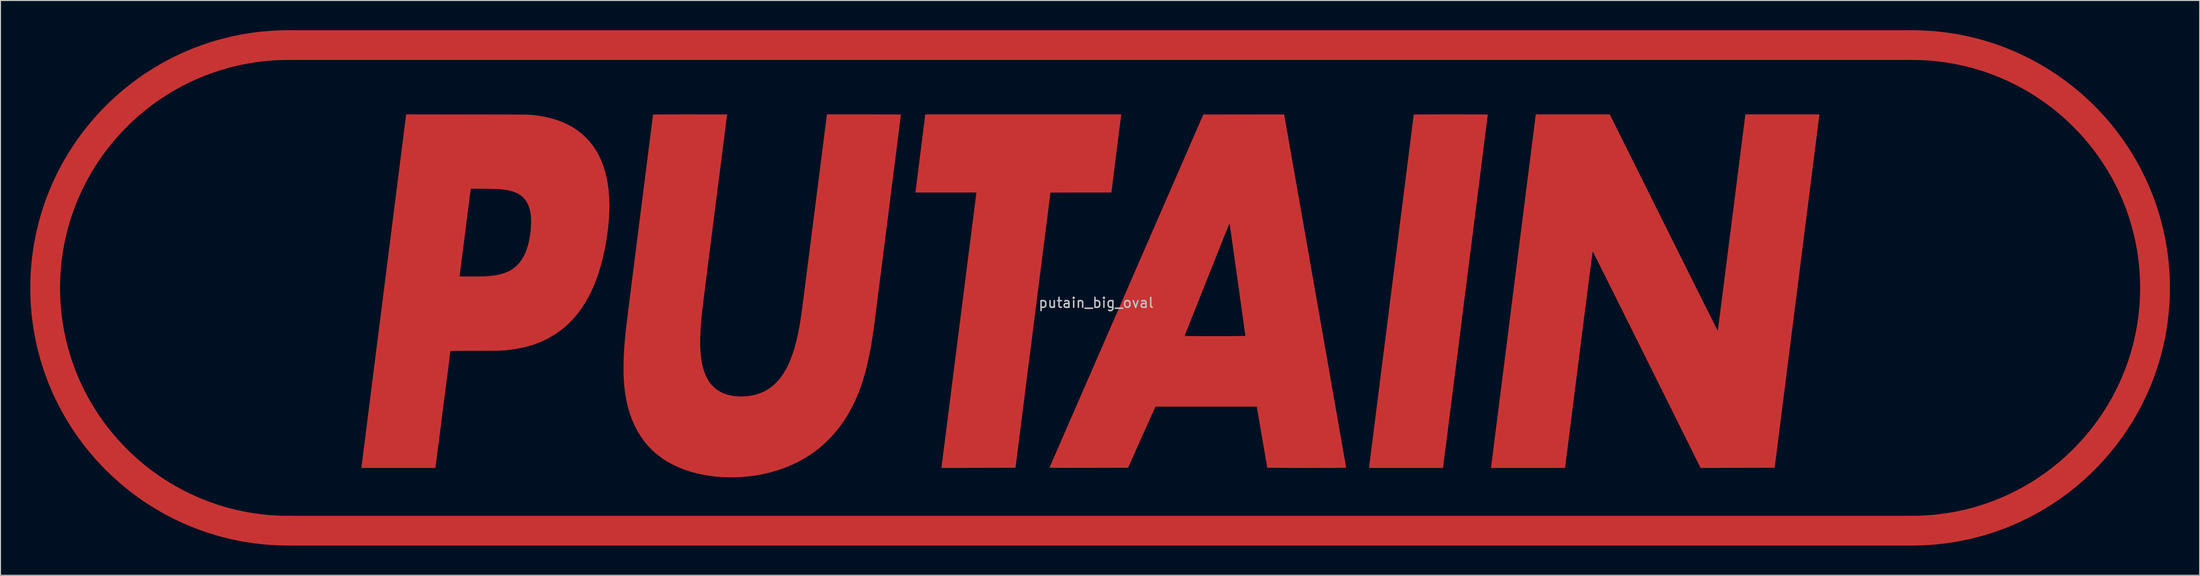
<source format=kicad_pcb>
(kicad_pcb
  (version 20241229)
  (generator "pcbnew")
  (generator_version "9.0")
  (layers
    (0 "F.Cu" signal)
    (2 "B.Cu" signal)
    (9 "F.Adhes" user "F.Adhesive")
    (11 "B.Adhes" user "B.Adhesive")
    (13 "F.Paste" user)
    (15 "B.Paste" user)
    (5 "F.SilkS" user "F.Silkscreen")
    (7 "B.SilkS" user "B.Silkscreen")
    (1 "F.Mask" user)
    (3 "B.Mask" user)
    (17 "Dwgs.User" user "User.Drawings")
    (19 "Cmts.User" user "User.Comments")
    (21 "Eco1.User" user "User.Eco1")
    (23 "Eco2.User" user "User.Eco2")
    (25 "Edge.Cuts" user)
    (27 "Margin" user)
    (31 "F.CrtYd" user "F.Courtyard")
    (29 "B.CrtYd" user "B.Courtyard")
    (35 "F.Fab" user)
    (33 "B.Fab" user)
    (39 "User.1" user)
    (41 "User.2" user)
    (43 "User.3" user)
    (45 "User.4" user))
  (footprint "putain_big_oval"
    (layer "F.Cu")
    (at 107.367 27)
    (property "Reference" "putain_big_oval" (at 0 0.5 0) (layer "Dwgs.User") (effects (font (size 1 1) (thickness 0.15))))
    (attr through_hole)
    (fp_line (start -81.367 -25.5) (end 82.167 -25.5) (stroke (width 3) (type solid)) (layer "F.Cu"))
    (fp_line (start -81.367 23.5) (end 82.167 23.5) (stroke (width 3) (type solid)) (layer "F.Cu"))
    (fp_arc (start -81.366667 23.5) (mid -105.866667 -1) (end -81.366667 -25.5) (stroke (width 3) (type solid)) (layer "F.Cu"))
    (fp_arc (start 82.166667 -25.5) (mid 106.666667 -1) (end 82.166667 23.5) (stroke (width 3) (type solid)) (layer "F.Cu"))
    (fp_poly (pts (xy 2.519 -18.447) (xy 2.516 -18.42) (xy 2.507 -18.353) (xy 2.494 -18.249) (xy 2.476 -18.109) (xy 2.454 -17.935) (xy 2.428 -17.73) (xy 2.398 -17.496) (xy 2.365 -17.235) (xy 2.329 -16.949) (xy 2.29 -16.64) (xy 2.249 -16.311) (xy 2.205 -15.963) (xy 2.16 -15.598) (xy 2.112 -15.22) (xy 2.063 -14.829) (xy 2.033 -14.589) (xy 1.983 -14.192) (xy 1.935 -13.805) (xy 1.888 -13.431) (xy 1.843 -13.072) (xy 1.8 -12.73) (xy 1.76 -12.407) (xy 1.722 -12.105) (xy 1.687 -11.828) (xy 1.655 -11.575) (xy 1.627 -11.351) (xy 1.602 -11.157) (xy 1.582 -10.995) (xy 1.565 -10.867) (xy 1.554 -10.775) (xy 1.547 -10.722) (xy 1.545 -10.71) (xy 1.532 -10.631) (xy -1.535 -10.631) (xy -1.892 -10.631) (xy -2.237 -10.631) (xy -2.568 -10.631) (xy -2.882 -10.63) (xy -3.178 -10.63) (xy -3.452 -10.63) (xy -3.703 -10.629) (xy -3.928 -10.629) (xy -4.125 -10.628) (xy -4.291 -10.628) (xy -4.424 -10.627) (xy -4.522 -10.627) (xy -4.583 -10.626) (xy -4.603 -10.626) (xy -4.606 -10.604) (xy -4.614 -10.542) (xy -4.627 -10.441) (xy -4.644 -10.3) (xy -4.667 -10.122) (xy -4.694 -9.907) (xy -4.726 -9.657) (xy -4.762 -9.373) (xy -4.802 -9.055) (xy -4.847 -8.705) (xy -4.895 -8.324) (xy -4.947 -7.913) (xy -5.003 -7.474) (xy -5.062 -7.006) (xy -5.125 -6.512) (xy -5.191 -5.992) (xy -5.26 -5.448) (xy -5.332 -4.88) (xy -5.407 -4.29) (xy -5.485 -3.679) (xy -5.565 -3.047) (xy -5.647 -2.397) (xy -5.732 -1.729) (xy -5.819 -1.044) (xy -5.908 -0.343) (xy -5.999 0.373) (xy -6.091 1.102) (xy -6.185 1.843) (xy -6.281 2.596) (xy -6.366 3.265) (xy -8.127 17.15) (xy -11.855 17.156) (xy -15.582 17.161) (xy -15.574 17.113) (xy -15.571 17.09) (xy -15.562 17.026) (xy -15.549 16.921) (xy -15.531 16.779) (xy -15.508 16.598) (xy -15.48 16.381) (xy -15.448 16.129) (xy -15.412 15.842) (xy -15.371 15.523) (xy -15.326 15.171) (xy -15.278 14.788) (xy -15.226 14.375) (xy -15.17 13.934) (xy -15.11 13.465) (xy -15.047 12.969) (xy -14.981 12.448) (xy -14.912 11.903) (xy -14.84 11.334) (xy -14.765 10.743) (xy -14.687 10.131) (xy -14.607 9.499) (xy -14.525 8.848) (xy -14.44 8.18) (xy -14.353 7.495) (xy -14.264 6.794) (xy -14.174 6.079) (xy -14.082 5.351) (xy -13.988 4.61) (xy -13.892 3.858) (xy -13.82 3.286) (xy -13.724 2.527) (xy -13.629 1.777) (xy -13.535 1.039) (xy -13.443 0.314) (xy -13.353 -0.398) (xy -13.265 -1.095) (xy -13.178 -1.777) (xy -13.094 -2.442) (xy -13.012 -3.088) (xy -12.933 -3.716) (xy -12.856 -4.324) (xy -12.781 -4.91) (xy -12.71 -5.474) (xy -12.641 -6.014) (xy -12.576 -6.53) (xy -12.514 -7.02) (xy -12.455 -7.483) (xy -12.399 -7.918) (xy -12.348 -8.324) (xy -12.3 -8.7) (xy -12.256 -9.045) (xy -12.217 -9.358) (xy -12.181 -9.637) (xy -12.15 -9.882) (xy -12.123 -10.09) (xy -12.101 -10.263) (xy -12.084 -10.397) (xy -12.072 -10.492) (xy -12.065 -10.548) (xy -12.063 -10.562) (xy -12.051 -10.631) (xy -18.197 -10.631) (xy -18.186 -10.71) (xy -18.183 -10.739) (xy -18.174 -10.808) (xy -18.16 -10.915) (xy -18.142 -11.057) (xy -18.12 -11.233) (xy -18.094 -11.44) (xy -18.065 -11.676) (xy -18.032 -11.939) (xy -17.995 -12.227) (xy -17.956 -12.538) (xy -17.915 -12.87) (xy -17.871 -13.221) (xy -17.824 -13.587) (xy -17.777 -13.968) (xy -17.727 -14.361) (xy -17.691 -14.647) (xy -17.207 -18.505) (xy -7.338 -18.505) (xy 2.53 -18.505) (xy 2.519 -18.447)) (stroke (width 0.01) (type solid)) (fill yes) (layer "F.Cu"))
    (fp_poly (pts (xy 36.188 -18.505) (xy 36.614 -18.505) (xy 37.003 -18.505) (xy 37.354 -18.504) (xy 37.67 -18.504) (xy 37.953 -18.504) (xy 38.204 -18.503) (xy 38.426 -18.502) (xy 38.621 -18.501) (xy 38.789 -18.5) (xy 38.933 -18.499) (xy 39.055 -18.497) (xy 39.156 -18.496) (xy 39.238 -18.494) (xy 39.304 -18.491) (xy 39.355 -18.489) (xy 39.392 -18.486) (xy 39.418 -18.482) (xy 39.434 -18.479) (xy 39.443 -18.475) (xy 39.446 -18.471) (xy 39.446 -18.47) (xy 39.443 -18.448) (xy 39.435 -18.384) (xy 39.422 -18.281) (xy 39.405 -18.139) (xy 39.382 -17.961) (xy 39.355 -17.746) (xy 39.324 -17.496) (xy 39.288 -17.212) (xy 39.248 -16.896) (xy 39.205 -16.548) (xy 39.157 -16.171) (xy 39.106 -15.764) (xy 39.051 -15.329) (xy 38.993 -14.868) (xy 38.931 -14.381) (xy 38.867 -13.87) (xy 38.8 -13.336) (xy 38.729 -12.78) (xy 38.657 -12.203) (xy 38.581 -11.607) (xy 38.504 -10.992) (xy 38.424 -10.36) (xy 38.342 -9.712) (xy 38.258 -9.049) (xy 38.173 -8.373) (xy 38.086 -7.684) (xy 37.997 -6.983) (xy 37.907 -6.273) (xy 37.817 -5.554) (xy 37.725 -4.826) (xy 37.632 -4.093) (xy 37.538 -3.353) (xy 37.445 -2.61) (xy 37.35 -1.864) (xy 37.256 -1.115) (xy 37.161 -0.366) (xy 37.066 0.382) (xy 36.972 1.129) (xy 36.878 1.873) (xy 36.784 2.613) (xy 36.691 3.348) (xy 36.599 4.076) (xy 36.508 4.797) (xy 36.418 5.509) (xy 36.329 6.211) (xy 36.241 6.902) (xy 36.156 7.581) (xy 36.071 8.246) (xy 35.989 8.897) (xy 35.909 9.532) (xy 35.831 10.149) (xy 35.755 10.749) (xy 35.681 11.329) (xy 35.61 11.888) (xy 35.542 12.426) (xy 35.477 12.941) (xy 35.415 13.432) (xy 35.356 13.898) (xy 35.3 14.337) (xy 35.248 14.748) (xy 35.199 15.131) (xy 35.155 15.483) (xy 35.114 15.805) (xy 35.077 16.094) (xy 35.044 16.35) (xy 35.016 16.57) (xy 34.993 16.755) (xy 34.974 16.903) (xy 34.96 17.013) (xy 34.951 17.083) (xy 34.947 17.113) (xy 34.947 17.113) (xy 34.936 17.161) (xy 27.488 17.161) (xy 27.498 17.103) (xy 27.501 17.078) (xy 27.51 17.013) (xy 27.523 16.907) (xy 27.541 16.764) (xy 27.564 16.583) (xy 27.592 16.367) (xy 27.624 16.115) (xy 27.66 15.83) (xy 27.701 15.512) (xy 27.745 15.163) (xy 27.793 14.784) (xy 27.845 14.376) (xy 27.9 13.94) (xy 27.958 13.477) (xy 28.02 12.989) (xy 28.085 12.477) (xy 28.153 11.942) (xy 28.223 11.385) (xy 28.297 10.807) (xy 28.372 10.21) (xy 28.45 9.595) (xy 28.53 8.962) (xy 28.612 8.313) (xy 28.696 7.65) (xy 28.782 6.973) (xy 28.869 6.283) (xy 28.958 5.582) (xy 29.048 4.872) (xy 29.139 4.152) (xy 29.231 3.425) (xy 29.323 2.691) (xy 29.417 1.951) (xy 29.511 1.208) (xy 29.605 0.462) (xy 29.7 -0.287) (xy 29.795 -1.036) (xy 29.889 -1.784) (xy 29.983 -2.53) (xy 30.077 -3.274) (xy 30.171 -4.014) (xy 30.264 -4.748) (xy 30.356 -5.476) (xy 30.447 -6.196) (xy 30.537 -6.907) (xy 30.625 -7.609) (xy 30.712 -8.299) (xy 30.798 -8.977) (xy 30.882 -9.641) (xy 30.964 -10.291) (xy 31.044 -10.924) (xy 31.122 -11.541) (xy 31.197 -12.139) (xy 31.271 -12.718) (xy 31.341 -13.276) (xy 31.409 -13.813) (xy 31.474 -14.326) (xy 31.535 -14.816) (xy 31.594 -15.28) (xy 31.649 -15.717) (xy 31.701 -16.127) (xy 31.749 -16.508) (xy 31.793 -16.859) (xy 31.833 -17.179) (xy 31.869 -17.466) (xy 31.901 -17.719) (xy 31.929 -17.938) (xy 31.952 -18.121) (xy 31.97 -18.267) (xy 31.983 -18.374) (xy 31.992 -18.442) (xy 31.995 -18.47) (xy 31.995 -18.47) (xy 31.997 -18.474) (xy 32.005 -18.478) (xy 32.02 -18.482) (xy 32.045 -18.485) (xy 32.08 -18.488) (xy 32.128 -18.491) (xy 32.192 -18.493) (xy 32.271 -18.495) (xy 32.369 -18.497) (xy 32.487 -18.499) (xy 32.627 -18.5) (xy 32.791 -18.501) (xy 32.981 -18.502) (xy 33.198 -18.503) (xy 33.444 -18.503) (xy 33.721 -18.504) (xy 34.032 -18.504) (xy 34.377 -18.505) (xy 34.758 -18.505) (xy 35.178 -18.505) (xy 35.639 -18.505) (xy 35.72 -18.505) (xy 36.188 -18.505)) (stroke (width 0.01) (type solid)) (fill yes) (layer "F.Cu"))
    (fp_poly (pts (xy 57.154 -7.613) (xy 57.473 -6.972) (xy 57.787 -6.34) (xy 58.096 -5.719) (xy 58.399 -5.109) (xy 58.696 -4.513) (xy 58.987 -3.93) (xy 59.27 -3.361) (xy 59.545 -2.809) (xy 59.812 -2.273) (xy 60.07 -1.755) (xy 60.319 -1.256) (xy 60.558 -0.777) (xy 60.786 -0.32) (xy 61.003 0.116) (xy 61.209 0.528) (xy 61.403 0.916) (xy 61.584 1.278) (xy 61.752 1.615) (xy 61.907 1.923) (xy 62.047 2.203) (xy 62.173 2.454) (xy 62.284 2.674) (xy 62.378 2.862) (xy 62.457 3.018) (xy 62.519 3.139) (xy 62.563 3.226) (xy 62.59 3.277) (xy 62.598 3.291) (xy 62.627 3.296) (xy 62.633 3.294) (xy 62.636 3.273) (xy 62.644 3.211) (xy 62.658 3.109) (xy 62.676 2.969) (xy 62.699 2.792) (xy 62.726 2.58) (xy 62.758 2.332) (xy 62.794 2.052) (xy 62.834 1.739) (xy 62.878 1.395) (xy 62.925 1.022) (xy 62.977 0.62) (xy 63.031 0.191) (xy 63.089 -0.263) (xy 63.151 -0.743) (xy 63.215 -1.246) (xy 63.282 -1.771) (xy 63.351 -2.317) (xy 63.423 -2.883) (xy 63.498 -3.468) (xy 63.574 -4.07) (xy 63.653 -4.688) (xy 63.733 -5.32) (xy 63.815 -5.967) (xy 63.899 -6.625) (xy 63.984 -7.295) (xy 64.024 -7.609) (xy 65.407 -18.505) (xy 69.127 -18.505) (xy 72.847 -18.505) (xy 72.846 -18.447) (xy 72.843 -18.423) (xy 72.835 -18.358) (xy 72.822 -18.253) (xy 72.804 -18.11) (xy 72.782 -17.928) (xy 72.754 -17.709) (xy 72.722 -17.453) (xy 72.686 -17.163) (xy 72.645 -16.838) (xy 72.6 -16.48) (xy 72.551 -16.09) (xy 72.498 -15.668) (xy 72.441 -15.216) (xy 72.38 -14.735) (xy 72.316 -14.225) (xy 72.248 -13.688) (xy 72.177 -13.124) (xy 72.102 -12.535) (xy 72.025 -11.922) (xy 71.944 -11.284) (xy 71.861 -10.625) (xy 71.775 -9.943) (xy 71.686 -9.241) (xy 71.595 -8.519) (xy 71.501 -7.779) (xy 71.406 -7.021) (xy 71.308 -6.246) (xy 71.208 -5.455) (xy 71.106 -4.65) (xy 71.002 -3.83) (xy 70.897 -2.998) (xy 70.79 -2.154) (xy 70.682 -1.299) (xy 70.596 -0.619) (xy 68.346 17.15) (xy 60.893 17.161) (xy 55.475 6.244) (xy 55.157 5.603) (xy 54.843 4.97) (xy 54.534 4.348) (xy 54.231 3.738) (xy 53.934 3.141) (xy 53.643 2.557) (xy 53.36 1.988) (xy 53.085 1.434) (xy 52.818 0.898) (xy 52.56 0.38) (xy 52.311 -0.12) (xy 52.073 -0.599) (xy 51.844 -1.058) (xy 51.627 -1.494) (xy 51.421 -1.907) (xy 51.227 -2.295) (xy 51.045 -2.658) (xy 50.877 -2.995) (xy 50.722 -3.305) (xy 50.581 -3.585) (xy 50.455 -3.837) (xy 50.344 -4.057) (xy 50.249 -4.246) (xy 50.17 -4.402) (xy 50.108 -4.525) (xy 50.063 -4.612) (xy 50.036 -4.663) (xy 50.027 -4.678) (xy 50.024 -4.672) (xy 50.019 -4.653) (xy 50.013 -4.618) (xy 50.005 -4.569) (xy 49.994 -4.503) (xy 49.982 -4.42) (xy 49.967 -4.318) (xy 49.951 -4.197) (xy 49.931 -4.056) (xy 49.909 -3.894) (xy 49.885 -3.71) (xy 49.857 -3.502) (xy 49.827 -3.271) (xy 49.793 -3.015) (xy 49.757 -2.733) (xy 49.717 -2.424) (xy 49.674 -2.088) (xy 49.627 -1.723) (xy 49.576 -1.328) (xy 49.522 -0.903) (xy 49.463 -0.446) (xy 49.401 0.043) (xy 49.334 0.566) (xy 49.263 1.123) (xy 49.188 1.715) (xy 49.108 2.344) (xy 49.024 3.009) (xy 48.935 3.713) (xy 48.841 4.456) (xy 48.742 5.239) (xy 48.637 6.063) (xy 48.624 6.17) (xy 48.539 6.843) (xy 48.455 7.507) (xy 48.372 8.159) (xy 48.291 8.798) (xy 48.212 9.422) (xy 48.135 10.032) (xy 48.06 10.625) (xy 47.987 11.2) (xy 47.917 11.757) (xy 47.849 12.292) (xy 47.784 12.807) (xy 47.721 13.298) (xy 47.662 13.766) (xy 47.606 14.208) (xy 47.553 14.623) (xy 47.504 15.011) (xy 47.459 15.37) (xy 47.417 15.699) (xy 47.379 15.996) (xy 47.346 16.26) (xy 47.317 16.49) (xy 47.292 16.685) (xy 47.272 16.843) (xy 47.256 16.964) (xy 47.246 17.046) (xy 47.241 17.087) (xy 47.24 17.092) (xy 47.229 17.161) (xy 39.78 17.161) (xy 39.792 17.071) (xy 39.796 17.046) (xy 39.804 16.98) (xy 39.817 16.873) (xy 39.836 16.728) (xy 39.859 16.544) (xy 39.887 16.324) (xy 39.92 16.067) (xy 39.957 15.775) (xy 39.998 15.449) (xy 40.043 15.09) (xy 40.093 14.698) (xy 40.146 14.275) (xy 40.204 13.822) (xy 40.265 13.34) (xy 40.329 12.829) (xy 40.398 12.291) (xy 40.469 11.726) (xy 40.544 11.137) (xy 40.621 10.522) (xy 40.702 9.884) (xy 40.786 9.224) (xy 40.872 8.542) (xy 40.961 7.84) (xy 41.052 7.118) (xy 41.146 6.378) (xy 41.241 5.62) (xy 41.339 4.845) (xy 41.439 4.055) (xy 41.541 3.25) (xy 41.645 2.431) (xy 41.75 1.6) (xy 41.856 0.757) (xy 41.964 -0.097) (xy 42.038 -0.682) (xy 42.147 -1.543) (xy 42.255 -2.394) (xy 42.361 -3.233) (xy 42.465 -4.06) (xy 42.568 -4.874) (xy 42.67 -5.675) (xy 42.769 -6.46) (xy 42.866 -7.229) (xy 42.961 -7.981) (xy 43.054 -8.716) (xy 43.145 -9.431) (xy 43.233 -10.126) (xy 43.318 -10.801) (xy 43.401 -11.454) (xy 43.48 -12.084) (xy 43.557 -12.69) (xy 43.631 -13.272) (xy 43.701 -13.828) (xy 43.768 -14.357) (xy 43.832 -14.858) (xy 43.891 -15.331) (xy 43.948 -15.774) (xy 44 -16.186) (xy 44.048 -16.567) (xy 44.092 -16.916) (xy 44.132 -17.23) (xy 44.168 -17.511) (xy 44.199 -17.755) (xy 44.225 -17.964) (xy 44.247 -18.135) (xy 44.264 -18.267) (xy 44.276 -18.36) (xy 44.282 -18.413) (xy 44.284 -18.425) (xy 44.297 -18.505) (xy 51.737 -18.505) (xy 57.154 -7.613)) (stroke (width 0.01) (type solid)) (fill yes) (layer "F.Cu"))
    (fp_poly (pts (xy 18.944 -18.447) (xy 18.949 -18.419) (xy 18.961 -18.351) (xy 18.98 -18.244) (xy 19.006 -18.099) (xy 19.038 -17.917) (xy 19.076 -17.699) (xy 19.12 -17.447) (xy 19.171 -17.161) (xy 19.226 -16.843) (xy 19.288 -16.494) (xy 19.354 -16.115) (xy 19.426 -15.708) (xy 19.502 -15.273) (xy 19.583 -14.812) (xy 19.669 -14.325) (xy 19.758 -13.815) (xy 19.852 -13.281) (xy 19.949 -12.726) (xy 20.05 -12.15) (xy 20.155 -11.555) (xy 20.262 -10.942) (xy 20.373 -10.312) (xy 20.486 -9.666) (xy 20.602 -9.005) (xy 20.72 -8.331) (xy 20.841 -7.644) (xy 20.963 -6.946) (xy 21.087 -6.238) (xy 21.213 -5.522) (xy 21.34 -4.797) (xy 21.468 -4.066) (xy 21.597 -3.33) (xy 21.727 -2.589) (xy 21.857 -1.846) (xy 21.988 -1.101) (xy 22.119 -0.355) (xy 22.249 0.391) (xy 22.38 1.135) (xy 22.51 1.876) (xy 22.639 2.613) (xy 22.767 3.345) (xy 22.894 4.071) (xy 23.02 4.789) (xy 23.145 5.499) (xy 23.267 6.199) (xy 23.388 6.887) (xy 23.506 7.564) (xy 23.623 8.227) (xy 23.736 8.876) (xy 23.847 9.509) (xy 23.955 10.126) (xy 24.06 10.724) (xy 24.161 11.303) (xy 24.259 11.862) (xy 24.353 12.4) (xy 24.443 12.915) (xy 24.529 13.406) (xy 24.611 13.872) (xy 24.688 14.311) (xy 24.76 14.724) (xy 24.827 15.108) (xy 24.889 15.462) (xy 24.946 15.786) (xy 24.997 16.077) (xy 25.042 16.336) (xy 25.081 16.56) (xy 25.114 16.749) (xy 25.14 16.901) (xy 25.16 17.015) (xy 25.173 17.09) (xy 25.179 17.125) (xy 25.179 17.128) (xy 25.177 17.132) (xy 25.167 17.135) (xy 25.15 17.139) (xy 25.123 17.142) (xy 25.083 17.145) (xy 25.031 17.147) (xy 24.963 17.149) (xy 24.878 17.151) (xy 24.774 17.153) (xy 24.649 17.155) (xy 24.503 17.156) (xy 24.332 17.157) (xy 24.135 17.158) (xy 23.911 17.159) (xy 23.658 17.16) (xy 23.374 17.16) (xy 23.056 17.16) (xy 22.705 17.161) (xy 22.317 17.161) (xy 21.89 17.161) (xy 21.424 17.161) (xy 21.211 17.161) (xy 20.804 17.161) (xy 20.409 17.161) (xy 20.027 17.16) (xy 19.662 17.16) (xy 19.313 17.159) (xy 18.985 17.158) (xy 18.678 17.157) (xy 18.395 17.156) (xy 18.139 17.155) (xy 17.91 17.154) (xy 17.711 17.153) (xy 17.545 17.151) (xy 17.413 17.15) (xy 17.317 17.148) (xy 17.259 17.147) (xy 17.242 17.145) (xy 17.238 17.122) (xy 17.228 17.061) (xy 17.212 16.963) (xy 17.19 16.832) (xy 17.162 16.671) (xy 17.13 16.482) (xy 17.094 16.268) (xy 17.054 16.033) (xy 17.01 15.778) (xy 16.964 15.507) (xy 16.915 15.223) (xy 16.865 14.928) (xy 16.813 14.625) (xy 16.76 14.318) (xy 16.707 14.008) (xy 16.654 13.699) (xy 16.602 13.393) (xy 16.551 13.094) (xy 16.501 12.804) (xy 16.453 12.526) (xy 16.408 12.263) (xy 16.366 12.018) (xy 16.327 11.793) (xy 16.292 11.592) (xy 16.262 11.417) (xy 16.237 11.27) (xy 16.217 11.156) (xy 16.203 11.076) (xy 16.195 11.034) (xy 16.194 11.028) (xy 16.183 10.98) (xy 5.967 10.98) (xy 4.589 14.065) (xy 3.211 17.15) (xy -0.749 17.156) (xy -1.23 17.156) (xy -1.671 17.157) (xy -2.073 17.157) (xy -2.438 17.158) (xy -2.767 17.158) (xy -3.063 17.158) (xy -3.328 17.158) (xy -3.562 17.157) (xy -3.768 17.157) (xy -3.948 17.156) (xy -4.103 17.155) (xy -4.236 17.154) (xy -4.347 17.153) (xy -4.439 17.151) (xy -4.513 17.149) (xy -4.572 17.147) (xy -4.616 17.144) (xy -4.649 17.141) (xy -4.671 17.138) (xy -4.684 17.135) (xy -4.69 17.131) (xy -4.691 17.126) (xy -4.69 17.124) (xy -4.681 17.103) (xy -4.655 17.044) (xy -4.613 16.947) (xy -4.554 16.814) (xy -4.481 16.644) (xy -4.391 16.44) (xy -4.287 16.2) (xy -4.168 15.927) (xy -4.035 15.621) (xy -3.888 15.282) (xy -3.726 14.912) (xy -3.552 14.51) (xy -3.364 14.078) (xy -3.163 13.617) (xy -2.95 13.127) (xy -2.724 12.608) (xy -2.486 12.062) (xy -2.237 11.489) (xy -1.976 10.89) (xy -1.705 10.265) (xy -1.422 9.616) (xy -1.13 8.943) (xy -0.827 8.247) (xy -0.514 7.528) (xy -0.192 6.787) (xy 0.14 6.025) (xy 0.48 5.243) (xy 0.829 4.441) (xy 1.082 3.859) (xy 8.902 3.859) (xy 8.923 3.86) (xy 8.984 3.861) (xy 9.082 3.862) (xy 9.216 3.863) (xy 9.382 3.864) (xy 9.579 3.865) (xy 9.805 3.866) (xy 10.056 3.866) (xy 10.331 3.867) (xy 10.627 3.867) (xy 10.941 3.868) (xy 11.272 3.868) (xy 11.618 3.868) (xy 11.971 3.868) (xy 12.409 3.868) (xy 12.805 3.868) (xy 13.163 3.868) (xy 13.483 3.867) (xy 13.768 3.866) (xy 14.019 3.865) (xy 14.238 3.864) (xy 14.427 3.863) (xy 14.586 3.861) (xy 14.719 3.859) (xy 14.826 3.857) (xy 14.909 3.855) (xy 14.971 3.852) (xy 15.012 3.849) (xy 15.035 3.845) (xy 15.04 3.842) (xy 15.038 3.819) (xy 15.029 3.756) (xy 15.015 3.655) (xy 14.996 3.518) (xy 14.973 3.348) (xy 14.945 3.146) (xy 14.913 2.916) (xy 14.877 2.658) (xy 14.837 2.374) (xy 14.795 2.068) (xy 14.749 1.741) (xy 14.701 1.395) (xy 14.65 1.032) (xy 14.597 0.655) (xy 14.543 0.265) (xy 14.487 -0.135) (xy 14.429 -0.544) (xy 14.371 -0.958) (xy 14.313 -1.377) (xy 14.254 -1.798) (xy 14.195 -2.219) (xy 14.136 -2.638) (xy 14.078 -3.052) (xy 14.02 -3.46) (xy 13.964 -3.86) (xy 13.91 -4.249) (xy 13.857 -4.625) (xy 13.806 -4.987) (xy 13.757 -5.331) (xy 13.712 -5.657) (xy 13.669 -5.962) (xy 13.629 -6.243) (xy 13.593 -6.499) (xy 13.561 -6.728) (xy 13.532 -6.927) (xy 13.508 -7.095) (xy 13.489 -7.229) (xy 13.475 -7.328) (xy 13.466 -7.388) (xy 13.463 -7.408) (xy 13.444 -7.445) (xy 13.424 -7.456) (xy 13.412 -7.436) (xy 13.384 -7.379) (xy 13.343 -7.286) (xy 13.289 -7.158) (xy 13.222 -6.997) (xy 13.143 -6.805) (xy 13.052 -6.584) (xy 12.952 -6.334) (xy 12.841 -6.059) (xy 12.738 -5.8) (xy 12.481 -5.153) (xy 12.229 -4.52) (xy 11.983 -3.902) (xy 11.744 -3.299) (xy 11.511 -2.713) (xy 11.285 -2.144) (xy 11.066 -1.595) (xy 10.856 -1.065) (xy 10.654 -0.557) (xy 10.46 -0.07) (xy 10.276 0.393) (xy 10.102 0.833) (xy 9.937 1.247) (xy 9.783 1.635) (xy 9.64 1.995) (xy 9.508 2.327) (xy 9.388 2.629) (xy 9.281 2.901) (xy 9.185 3.141) (xy 9.103 3.349) (xy 9.034 3.523) (xy 8.98 3.661) (xy 8.939 3.764) (xy 8.913 3.83) (xy 8.902 3.858) (xy 8.902 3.859) (xy 1.082 3.859) (xy 1.186 3.62) (xy 1.551 2.78) (xy 1.924 1.923) (xy 2.304 1.049) (xy 2.691 0.159) (xy 3.085 -0.746) (xy 3.485 -1.667) (xy 3.891 -2.601) (xy 4.304 -3.549) (xy 4.721 -4.509) (xy 5.144 -5.482) (xy 5.572 -6.466) (xy 6.004 -7.46) (xy 6.441 -8.464) (xy 6.882 -9.477) (xy 7.326 -10.499) (xy 7.773 -11.528) (xy 8.224 -12.564) (xy 8.677 -13.607) (xy 9.133 -14.655) (xy 9.496 -15.489) (xy 10.802 -18.494) (xy 14.867 -18.5) (xy 18.932 -18.505) (xy 18.944 -18.447)) (stroke (width 0.01) (type solid)) (fill yes) (layer "F.Cu"))
    (fp_poly (pts (xy -63.396 -18.499) (xy -62.783 -18.499) (xy -62.21 -18.498) (xy -61.677 -18.497) (xy -61.182 -18.497) (xy -60.722 -18.496) (xy -60.297 -18.495) (xy -59.905 -18.495) (xy -59.544 -18.494) (xy -59.212 -18.493) (xy -58.909 -18.491) (xy -58.632 -18.49) (xy -58.38 -18.488) (xy -58.152 -18.487) (xy -57.945 -18.484) (xy -57.758 -18.482) (xy -57.59 -18.479) (xy -57.439 -18.476) (xy -57.303 -18.472) (xy -57.181 -18.468) (xy -57.072 -18.463) (xy -56.973 -18.458) (xy -56.883 -18.453) (xy -56.801 -18.447) (xy -56.724 -18.44) (xy -56.652 -18.433) (xy -56.583 -18.425) (xy -56.514 -18.416) (xy -56.446 -18.407) (xy -56.375 -18.396) (xy -56.301 -18.386) (xy -56.222 -18.374) (xy -56.166 -18.366) (xy -55.537 -18.258) (xy -54.937 -18.12) (xy -54.366 -17.951) (xy -53.823 -17.752) (xy -53.308 -17.521) (xy -52.819 -17.26) (xy -52.357 -16.967) (xy -51.963 -16.675) (xy -51.838 -16.571) (xy -51.694 -16.443) (xy -51.54 -16.298) (xy -51.383 -16.145) (xy -51.233 -15.992) (xy -51.097 -15.847) (xy -50.984 -15.719) (xy -50.971 -15.704) (xy -50.641 -15.273) (xy -50.342 -14.813) (xy -50.073 -14.325) (xy -49.835 -13.808) (xy -49.628 -13.263) (xy -49.452 -12.689) (xy -49.307 -12.087) (xy -49.193 -11.458) (xy -49.11 -10.801) (xy -49.058 -10.117) (xy -49.037 -9.405) (xy -49.047 -8.666) (xy -49.088 -7.901) (xy -49.16 -7.117) (xy -49.261 -6.31) (xy -49.385 -5.517) (xy -49.532 -4.743) (xy -49.702 -3.991) (xy -49.893 -3.262) (xy -50.104 -2.561) (xy -50.335 -1.89) (xy -50.585 -1.251) (xy -50.809 -0.746) (xy -51.122 -0.115) (xy -51.46 0.48) (xy -51.823 1.041) (xy -52.21 1.568) (xy -52.622 2.06) (xy -53.058 2.518) (xy -53.519 2.941) (xy -54.005 3.331) (xy -54.515 3.686) (xy -55.05 4.006) (xy -55.476 4.228) (xy -56.026 4.477) (xy -56.591 4.693) (xy -57.177 4.877) (xy -57.785 5.03) (xy -58.418 5.153) (xy -59.043 5.242) (xy -59.156 5.256) (xy -59.261 5.268) (xy -59.36 5.279) (xy -59.456 5.288) (xy -59.552 5.297) (xy -59.651 5.304) (xy -59.755 5.311) (xy -59.868 5.316) (xy -59.991 5.321) (xy -60.129 5.325) (xy -60.283 5.329) (xy -60.457 5.332) (xy -60.654 5.334) (xy -60.876 5.336) (xy -61.125 5.338) (xy -61.406 5.339) (xy -61.72 5.341) (xy -62.071 5.342) (xy -62.461 5.344) (xy -62.488 5.344) (xy -62.874 5.345) (xy -63.22 5.347) (xy -63.529 5.348) (xy -63.801 5.349) (xy -64.039 5.351) (xy -64.246 5.352) (xy -64.424 5.354) (xy -64.574 5.356) (xy -64.699 5.358) (xy -64.802 5.36) (xy -64.883 5.363) (xy -64.946 5.366) (xy -64.992 5.369) (xy -65.023 5.373) (xy -65.043 5.377) (xy -65.052 5.381) (xy -65.054 5.385) (xy -65.057 5.407) (xy -65.065 5.47) (xy -65.077 5.571) (xy -65.094 5.707) (xy -65.116 5.877) (xy -65.142 6.079) (xy -65.171 6.31) (xy -65.204 6.569) (xy -65.24 6.853) (xy -65.279 7.161) (xy -65.321 7.49) (xy -65.366 7.838) (xy -65.413 8.204) (xy -65.461 8.585) (xy -65.512 8.979) (xy -65.563 9.384) (xy -65.616 9.798) (xy -65.67 10.219) (xy -65.724 10.645) (xy -65.779 11.074) (xy -65.834 11.503) (xy -65.889 11.931) (xy -65.943 12.356) (xy -65.997 12.776) (xy -66.05 13.187) (xy -66.101 13.59) (xy -66.151 13.98) (xy -66.2 14.357) (xy -66.246 14.718) (xy -66.29 15.062) (xy -66.332 15.385) (xy -66.37 15.687) (xy -66.406 15.965) (xy -66.438 16.216) (xy -66.467 16.44) (xy -66.492 16.633) (xy -66.513 16.794) (xy -66.529 16.921) (xy -66.541 17.011) (xy -66.548 17.063) (xy -66.549 17.071) (xy -66.562 17.161) (xy -74.012 17.161) (xy -74 17.071) (xy -73.997 17.046) (xy -73.988 16.98) (xy -73.975 16.873) (xy -73.956 16.728) (xy -73.933 16.544) (xy -73.905 16.324) (xy -73.872 16.067) (xy -73.835 15.775) (xy -73.794 15.449) (xy -73.749 15.09) (xy -73.699 14.698) (xy -73.646 14.275) (xy -73.588 13.822) (xy -73.527 13.34) (xy -73.463 12.829) (xy -73.394 12.291) (xy -73.323 11.726) (xy -73.248 11.137) (xy -73.171 10.522) (xy -73.09 9.884) (xy -73.007 9.224) (xy -72.92 8.542) (xy -72.831 7.84) (xy -72.74 7.118) (xy -72.647 6.378) (xy -72.551 5.62) (xy -72.453 4.845) (xy -72.353 4.055) (xy -72.251 3.25) (xy -72.147 2.431) (xy -72.042 1.6) (xy -71.936 0.757) (xy -71.828 -0.097) (xy -71.754 -0.682) (xy -71.645 -1.543) (xy -71.564 -2.183) (xy -64.123 -2.183) (xy -64.122 -2.174) (xy -64.115 -2.167) (xy -64.101 -2.161) (xy -64.075 -2.156) (xy -64.034 -2.152) (xy -63.975 -2.149) (xy -63.894 -2.146) (xy -63.788 -2.145) (xy -63.653 -2.144) (xy -63.486 -2.143) (xy -63.284 -2.143) (xy -63.044 -2.143) (xy -63.027 -2.143) (xy -62.8 -2.144) (xy -62.571 -2.145) (xy -62.348 -2.147) (xy -62.137 -2.15) (xy -61.943 -2.153) (xy -61.774 -2.156) (xy -61.634 -2.161) (xy -61.531 -2.165) (xy -61.53 -2.165) (xy -61.09 -2.197) (xy -60.687 -2.242) (xy -60.318 -2.303) (xy -59.98 -2.378) (xy -59.669 -2.47) (xy -59.382 -2.579) (xy -59.223 -2.651) (xy -58.905 -2.824) (xy -58.613 -3.027) (xy -58.344 -3.26) (xy -58.099 -3.524) (xy -57.878 -3.819) (xy -57.68 -4.147) (xy -57.504 -4.507) (xy -57.351 -4.901) (xy -57.219 -5.33) (xy -57.109 -5.793) (xy -57.02 -6.292) (xy -56.956 -6.789) (xy -56.943 -6.944) (xy -56.932 -7.123) (xy -56.924 -7.318) (xy -56.919 -7.521) (xy -56.918 -7.723) (xy -56.919 -7.917) (xy -56.924 -8.094) (xy -56.932 -8.246) (xy -56.944 -8.363) (xy -56.944 -8.366) (xy -57.009 -8.74) (xy -57.098 -9.08) (xy -57.21 -9.387) (xy -57.348 -9.662) (xy -57.512 -9.907) (xy -57.702 -10.122) (xy -57.92 -10.31) (xy -58.166 -10.472) (xy -58.271 -10.528) (xy -58.482 -10.627) (xy -58.701 -10.712) (xy -58.935 -10.785) (xy -59.186 -10.845) (xy -59.46 -10.895) (xy -59.761 -10.934) (xy -60.094 -10.965) (xy -60.464 -10.987) (xy -60.525 -10.99) (xy -60.627 -10.994) (xy -60.756 -10.997) (xy -60.909 -11) (xy -61.081 -11.003) (xy -61.267 -11.006) (xy -61.462 -11.008) (xy -61.663 -11.009) (xy -61.866 -11.011) (xy -62.064 -11.011) (xy -62.255 -11.012) (xy -62.434 -11.012) (xy -62.596 -11.011) (xy -62.736 -11.01) (xy -62.852 -11.009) (xy -62.937 -11.006) (xy -62.988 -11.004) (xy -63.001 -11.001) (xy -63.004 -10.979) (xy -63.011 -10.918) (xy -63.024 -10.818) (xy -63.041 -10.682) (xy -63.063 -10.512) (xy -63.089 -10.309) (xy -63.118 -10.077) (xy -63.152 -9.815) (xy -63.188 -9.528) (xy -63.228 -9.216) (xy -63.271 -8.882) (xy -63.316 -8.527) (xy -63.364 -8.154) (xy -63.414 -7.764) (xy -63.466 -7.359) (xy -63.519 -6.942) (xy -63.562 -6.607) (xy -63.616 -6.18) (xy -63.67 -5.765) (xy -63.721 -5.362) (xy -63.77 -4.974) (xy -63.818 -4.604) (xy -63.862 -4.252) (xy -63.905 -3.92) (xy -63.944 -3.612) (xy -63.98 -3.328) (xy -64.012 -3.071) (xy -64.041 -2.842) (xy -64.066 -2.644) (xy -64.087 -2.479) (xy -64.103 -2.348) (xy -64.115 -2.254) (xy -64.121 -2.199) (xy -64.123 -2.183) (xy -71.564 -2.183) (xy -71.537 -2.394) (xy -71.431 -3.233) (xy -71.327 -4.06) (xy -71.224 -4.874) (xy -71.122 -5.675) (xy -71.023 -6.46) (xy -70.926 -7.229) (xy -70.831 -7.981) (xy -70.738 -8.716) (xy -70.647 -9.431) (xy -70.559 -10.127) (xy -70.474 -10.801) (xy -70.391 -11.454) (xy -70.312 -12.084) (xy -70.235 -12.691) (xy -70.161 -13.272) (xy -70.091 -13.828) (xy -70.024 -14.357) (xy -69.96 -14.858) (xy -69.901 -15.331) (xy -69.844 -15.774) (xy -69.792 -16.187) (xy -69.744 -16.568) (xy -69.7 -16.916) (xy -69.66 -17.231) (xy -69.624 -17.511) (xy -69.593 -17.756) (xy -69.567 -17.964) (xy -69.545 -18.135) (xy -69.528 -18.268) (xy -69.516 -18.361) (xy -69.509 -18.414) (xy -69.508 -18.426) (xy -69.495 -18.506) (xy -63.396 -18.499)) (stroke (width 0.01) (type solid)) (fill yes) (layer "F.Cu"))
    (fp_poly (pts (xy -22.928 -18.505) (xy -22.503 -18.505) (xy -22.116 -18.505) (xy -21.767 -18.504) (xy -21.452 -18.504) (xy -21.171 -18.504) (xy -20.921 -18.503) (xy -20.7 -18.503) (xy -20.507 -18.502) (xy -20.34 -18.501) (xy -20.196 -18.5) (xy -20.075 -18.498) (xy -19.974 -18.496) (xy -19.891 -18.494) (xy -19.825 -18.492) (xy -19.774 -18.49) (xy -19.736 -18.487) (xy -19.708 -18.484) (xy -19.69 -18.48) (xy -19.68 -18.476) (xy -19.674 -18.472) (xy -19.673 -18.467) (xy -19.673 -18.466) (xy -19.675 -18.443) (xy -19.683 -18.379) (xy -19.696 -18.276) (xy -19.713 -18.136) (xy -19.735 -17.96) (xy -19.762 -17.749) (xy -19.792 -17.506) (xy -19.827 -17.231) (xy -19.865 -16.926) (xy -19.907 -16.593) (xy -19.953 -16.234) (xy -20.001 -15.849) (xy -20.053 -15.44) (xy -20.107 -15.009) (xy -20.164 -14.558) (xy -20.224 -14.087) (xy -20.286 -13.599) (xy -20.349 -13.094) (xy -20.415 -12.575) (xy -20.482 -12.043) (xy -20.551 -11.499) (xy -20.621 -10.946) (xy -20.692 -10.383) (xy -20.764 -9.814) (xy -20.837 -9.239) (xy -20.911 -8.661) (xy -20.984 -8.08) (xy -21.058 -7.498) (xy -21.132 -6.916) (xy -21.205 -6.337) (xy -21.278 -5.761) (xy -21.35 -5.191) (xy -21.422 -4.627) (xy -21.492 -4.072) (xy -21.561 -3.526) (xy -21.629 -2.991) (xy -21.695 -2.47) (xy -21.76 -1.962) (xy -21.822 -1.471) (xy -21.882 -0.997) (xy -21.94 -0.541) (xy -21.996 -0.106) (xy -22.048 0.307) (xy -22.098 0.696) (xy -22.144 1.061) (xy -22.187 1.399) (xy -22.227 1.709) (xy -22.262 1.99) (xy -22.294 2.239) (xy -22.322 2.456) (xy -22.345 2.639) (xy -22.364 2.786) (xy -22.379 2.896) (xy -22.388 2.967) (xy -22.391 2.99) (xy -22.498 3.729) (xy -22.608 4.429) (xy -22.722 5.092) (xy -22.841 5.721) (xy -22.966 6.318) (xy -23.097 6.887) (xy -23.234 7.43) (xy -23.379 7.95) (xy -23.532 8.449) (xy -23.693 8.931) (xy -23.864 9.397) (xy -23.968 9.663) (xy -24.277 10.383) (xy -24.615 11.073) (xy -24.982 11.735) (xy -25.378 12.367) (xy -25.801 12.968) (xy -26.252 13.538) (xy -26.73 14.077) (xy -27.235 14.584) (xy -27.766 15.058) (xy -28.265 15.455) (xy -28.831 15.855) (xy -29.425 16.225) (xy -30.045 16.564) (xy -30.688 16.871) (xy -31.354 17.145) (xy -32.04 17.386) (xy -32.745 17.594) (xy -33.465 17.768) (xy -34.2 17.906) (xy -34.947 18.01) (xy -35.705 18.077) (xy -36.471 18.108) (xy -36.85 18.109) (xy -37 18.108) (xy -37.145 18.106) (xy -37.274 18.104) (xy -37.382 18.102) (xy -37.459 18.1) (xy -37.485 18.099) (xy -38.211 18.048) (xy -38.917 17.964) (xy -39.602 17.849) (xy -40.264 17.703) (xy -40.902 17.527) (xy -41.516 17.32) (xy -42.103 17.083) (xy -42.664 16.817) (xy -43.196 16.521) (xy -43.7 16.197) (xy -44.173 15.845) (xy -44.432 15.628) (xy -44.746 15.339) (xy -45.049 15.029) (xy -45.331 14.71) (xy -45.571 14.406) (xy -45.918 13.907) (xy -46.231 13.384) (xy -46.511 12.836) (xy -46.759 12.264) (xy -46.974 11.665) (xy -47.157 11.041) (xy -47.308 10.39) (xy -47.427 9.711) (xy -47.515 9.005) (xy -47.516 8.991) (xy -47.539 8.75) (xy -47.557 8.526) (xy -47.572 8.31) (xy -47.583 8.095) (xy -47.591 7.871) (xy -47.596 7.63) (xy -47.598 7.364) (xy -47.599 7.075) (xy -47.597 6.718) (xy -47.591 6.367) (xy -47.581 6.017) (xy -47.566 5.663) (xy -47.546 5.302) (xy -47.521 4.929) (xy -47.491 4.539) (xy -47.454 4.129) (xy -47.411 3.693) (xy -47.362 3.227) (xy -47.306 2.727) (xy -47.264 2.365) (xy -47.255 2.293) (xy -47.241 2.179) (xy -47.222 2.027) (xy -47.199 1.837) (xy -47.17 1.61) (xy -47.138 1.349) (xy -47.101 1.054) (xy -47.06 0.727) (xy -47.015 0.37) (xy -46.966 -0.017) (xy -46.914 -0.431) (xy -46.858 -0.872) (xy -46.8 -1.338) (xy -46.738 -1.827) (xy -46.673 -2.338) (xy -46.606 -2.869) (xy -46.537 -3.42) (xy -46.465 -3.989) (xy -46.391 -4.574) (xy -46.315 -5.174) (xy -46.237 -5.787) (xy -46.158 -6.413) (xy -46.078 -7.049) (xy -45.996 -7.694) (xy -45.913 -8.347) (xy -45.899 -8.458) (xy -45.817 -9.104) (xy -45.737 -9.741) (xy -45.658 -10.365) (xy -45.58 -10.977) (xy -45.504 -11.573) (xy -45.431 -12.154) (xy -45.359 -12.719) (xy -45.29 -13.264) (xy -45.224 -13.79) (xy -45.16 -14.296) (xy -45.098 -14.779) (xy -45.04 -15.238) (xy -44.985 -15.673) (xy -44.933 -16.082) (xy -44.885 -16.464) (xy -44.841 -16.817) (xy -44.8 -17.14) (xy -44.763 -17.431) (xy -44.73 -17.691) (xy -44.701 -17.916) (xy -44.677 -18.107) (xy -44.658 -18.261) (xy -44.643 -18.377) (xy -44.633 -18.455) (xy -44.629 -18.492) (xy -44.628 -18.496) (xy -44.608 -18.497) (xy -44.547 -18.498) (xy -44.447 -18.499) (xy -44.312 -18.499) (xy -44.144 -18.5) (xy -43.943 -18.501) (xy -43.713 -18.502) (xy -43.456 -18.502) (xy -43.173 -18.503) (xy -42.868 -18.503) (xy -42.541 -18.504) (xy -42.196 -18.504) (xy -41.833 -18.505) (xy -41.457 -18.505) (xy -41.067 -18.505) (xy -40.903 -18.505) (xy -40.509 -18.505) (xy -40.127 -18.505) (xy -39.759 -18.504) (xy -39.406 -18.504) (xy -39.071 -18.504) (xy -38.757 -18.503) (xy -38.464 -18.503) (xy -38.196 -18.502) (xy -37.955 -18.502) (xy -37.742 -18.501) (xy -37.559 -18.5) (xy -37.41 -18.499) (xy -37.296 -18.499) (xy -37.219 -18.498) (xy -37.181 -18.497) (xy -37.178 -18.496) (xy -37.18 -18.475) (xy -37.188 -18.413) (xy -37.201 -18.312) (xy -37.219 -18.172) (xy -37.241 -17.996) (xy -37.268 -17.785) (xy -37.299 -17.54) (xy -37.334 -17.262) (xy -37.373 -16.953) (xy -37.417 -16.614) (xy -37.463 -16.246) (xy -37.514 -15.851) (xy -37.567 -15.43) (xy -37.624 -14.984) (xy -37.683 -14.515) (xy -37.746 -14.024) (xy -37.811 -13.512) (xy -37.878 -12.982) (xy -37.948 -12.433) (xy -38.02 -11.867) (xy -38.094 -11.287) (xy -38.17 -10.692) (xy -38.247 -10.085) (xy -38.326 -9.466) (xy -38.364 -9.167) (xy -38.463 -8.384) (xy -38.558 -7.641) (xy -38.647 -6.937) (xy -38.732 -6.272) (xy -38.812 -5.645) (xy -38.887 -5.053) (xy -38.958 -4.496) (xy -39.024 -3.973) (xy -39.086 -3.482) (xy -39.145 -3.023) (xy -39.199 -2.593) (xy -39.25 -2.193) (xy -39.297 -1.82) (xy -39.341 -1.473) (xy -39.381 -1.152) (xy -39.419 -0.855) (xy -39.453 -0.581) (xy -39.485 -0.328) (xy -39.514 -0.096) (xy -39.54 0.117) (xy -39.564 0.312) (xy -39.586 0.49) (xy -39.606 0.652) (xy -39.624 0.799) (xy -39.64 0.933) (xy -39.655 1.056) (xy -39.668 1.167) (xy -39.68 1.268) (xy -39.69 1.361) (xy -39.7 1.447) (xy -39.709 1.526) (xy -39.717 1.601) (xy -39.724 1.671) (xy -39.731 1.739) (xy -39.738 1.805) (xy -39.799 2.47) (xy -39.844 3.097) (xy -39.874 3.687) (xy -39.888 4.242) (xy -39.886 4.763) (xy -39.868 5.252) (xy -39.835 5.708) (xy -39.801 6.019) (xy -39.727 6.503) (xy -39.631 6.952) (xy -39.511 7.368) (xy -39.368 7.754) (xy -39.2 8.11) (xy -39.007 8.438) (xy -38.97 8.493) (xy -38.863 8.635) (xy -38.73 8.789) (xy -38.579 8.946) (xy -38.421 9.095) (xy -38.266 9.227) (xy -38.122 9.333) (xy -38.119 9.335) (xy -37.829 9.508) (xy -37.525 9.65) (xy -37.202 9.765) (xy -36.856 9.852) (xy -36.484 9.914) (xy -36.081 9.95) (xy -35.954 9.956) (xy -35.594 9.958) (xy -35.226 9.938) (xy -34.861 9.895) (xy -34.513 9.832) (xy -34.23 9.762) (xy -33.811 9.62) (xy -33.415 9.444) (xy -33.042 9.231) (xy -32.689 8.982) (xy -32.357 8.696) (xy -32.246 8.588) (xy -31.979 8.298) (xy -31.727 7.982) (xy -31.49 7.638) (xy -31.266 7.264) (xy -31.055 6.859) (xy -30.858 6.423) (xy -30.673 5.953) (xy -30.499 5.449) (xy -30.338 4.91) (xy -30.187 4.334) (xy -30.046 3.72) (xy -29.916 3.067) (xy -29.822 2.535) (xy -29.811 2.472) (xy -29.8 2.406) (xy -29.789 2.336) (xy -29.778 2.261) (xy -29.765 2.179) (xy -29.752 2.09) (xy -29.738 1.992) (xy -29.722 1.884) (xy -29.706 1.765) (xy -29.688 1.633) (xy -29.668 1.488) (xy -29.646 1.329) (xy -29.623 1.153) (xy -29.597 0.961) (xy -29.57 0.751) (xy -29.54 0.521) (xy -29.507 0.271) (xy -29.472 -0.000294) (xy -29.434 -0.295) (xy -29.392 -0.613) (xy -29.348 -0.956) (xy -29.301 -1.325) (xy -29.25 -1.722) (xy -29.195 -2.147) (xy -29.137 -2.603) (xy -29.075 -3.088) (xy -29.009 -3.606) (xy -28.939 -4.157) (xy -28.864 -4.743) (xy -28.785 -5.364) (xy -28.701 -6.021) (xy -28.613 -6.717) (xy -28.519 -7.451) (xy -28.421 -8.225) (xy -28.359 -8.71) (xy -27.114 -18.505) (xy -23.393 -18.505) (xy -22.928 -18.505)) (stroke (width 0.01) (type solid)) (fill yes) (layer "F.Cu")))
  (gr_rect
    (start -3 -3)
    (end 218.533 55)
    (stroke (width 0.1) (type default))
    (fill no)
    (layer "Edge.Cuts")))
</source>
